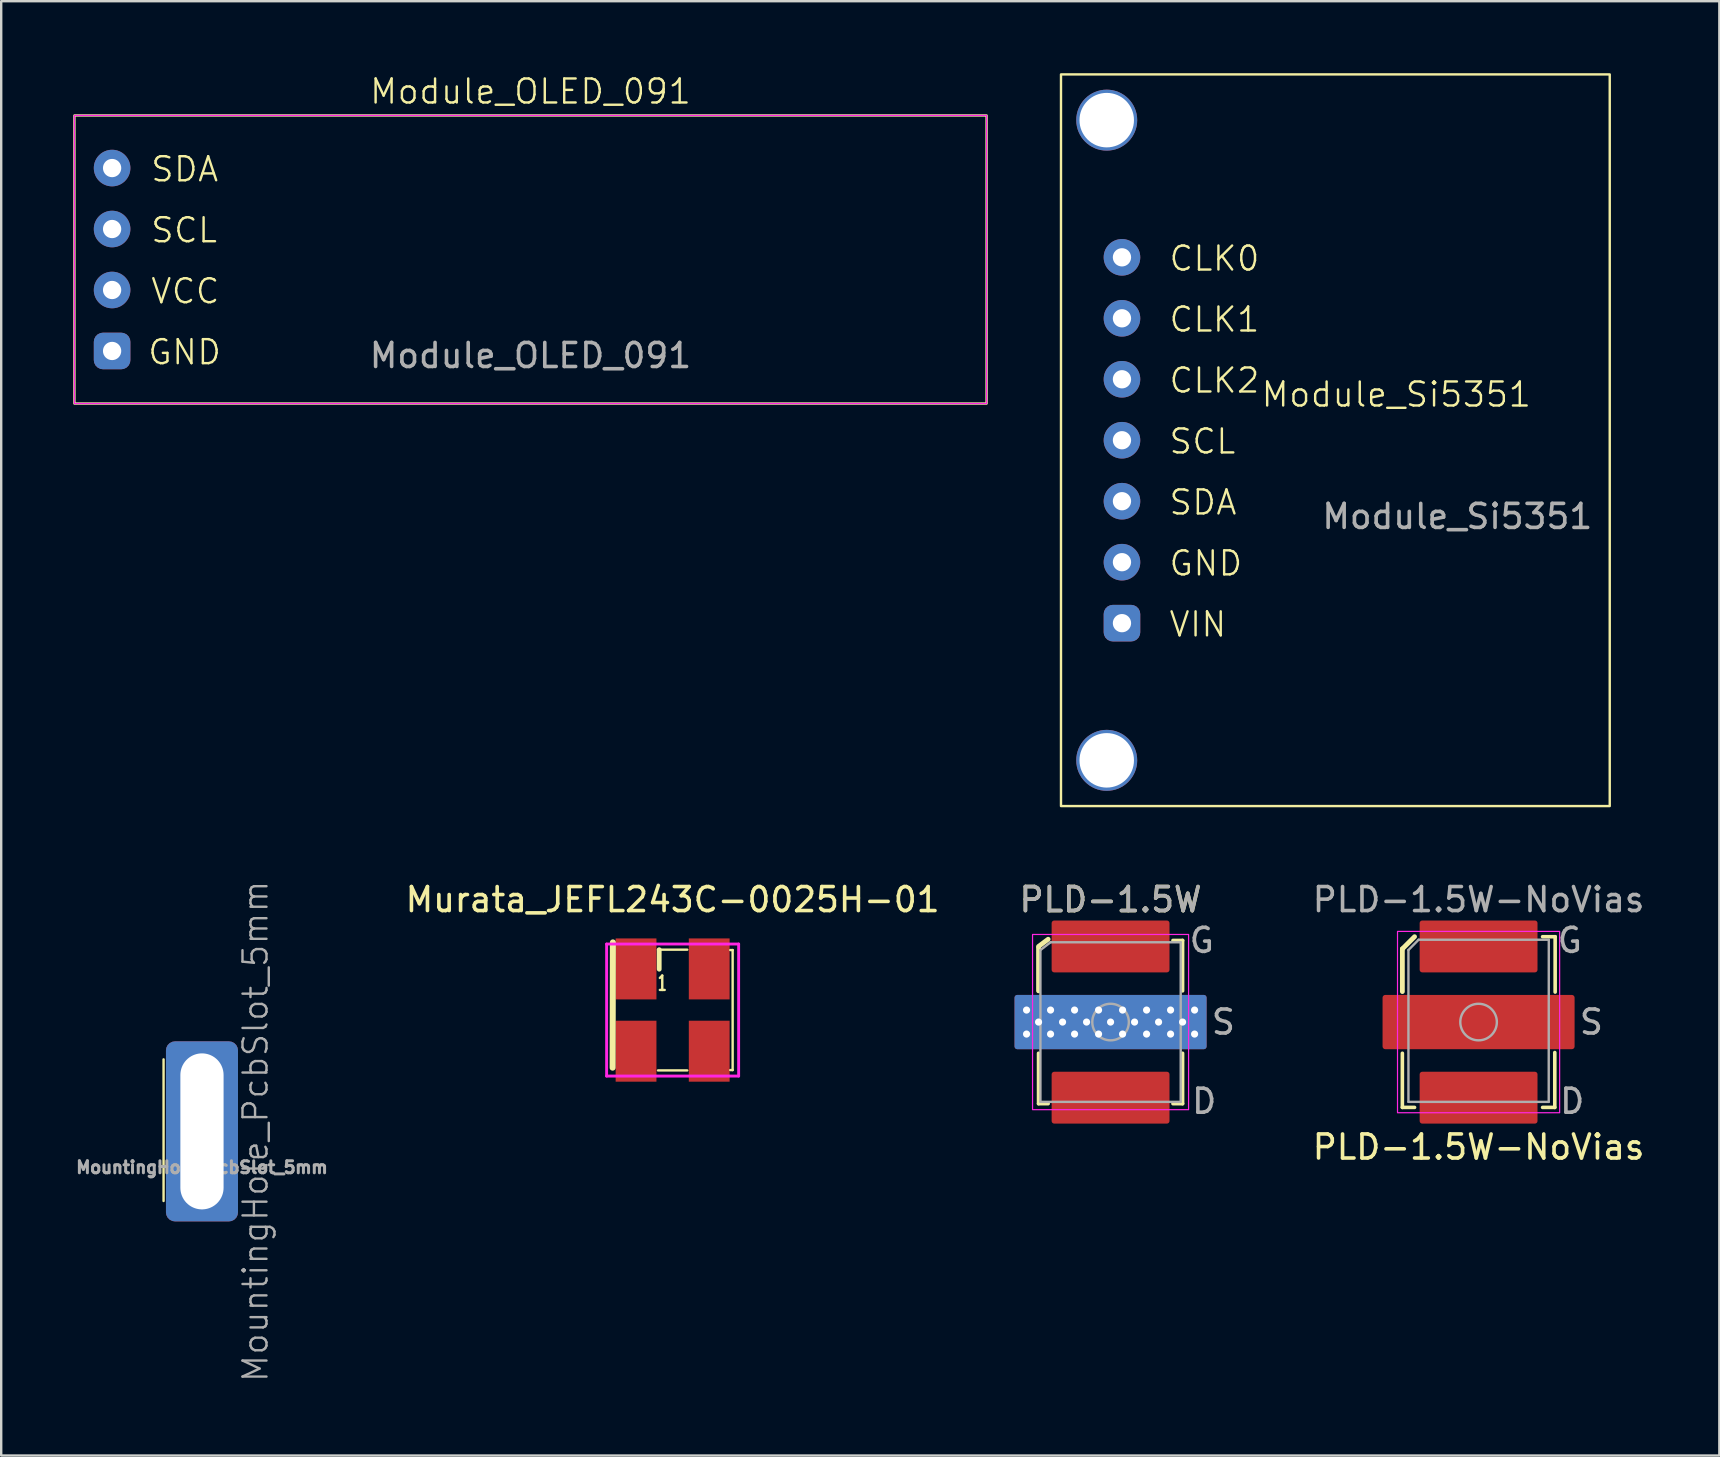
<source format=kicad_pcb>
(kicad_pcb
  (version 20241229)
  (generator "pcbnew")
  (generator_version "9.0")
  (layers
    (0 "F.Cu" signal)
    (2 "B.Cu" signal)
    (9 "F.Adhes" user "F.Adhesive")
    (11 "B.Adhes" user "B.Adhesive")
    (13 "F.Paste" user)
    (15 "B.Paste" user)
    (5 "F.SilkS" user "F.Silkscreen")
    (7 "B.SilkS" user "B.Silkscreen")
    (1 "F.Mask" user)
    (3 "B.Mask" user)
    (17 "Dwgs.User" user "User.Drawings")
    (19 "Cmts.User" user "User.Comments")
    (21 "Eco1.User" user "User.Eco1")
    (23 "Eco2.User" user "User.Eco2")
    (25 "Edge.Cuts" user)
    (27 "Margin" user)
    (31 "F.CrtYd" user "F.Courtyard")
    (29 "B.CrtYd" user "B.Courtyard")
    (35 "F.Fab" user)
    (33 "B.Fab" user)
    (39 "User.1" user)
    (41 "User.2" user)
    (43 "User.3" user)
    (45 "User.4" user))
  (footprint "Module_Si5351"
    (layer "F.Cu")
    (at 51.31 15.29)
    (property "Reference" "Module_Si5351" (at 3.81 -1.905 0) (unlocked yes) (layer "F.SilkS") (effects (font (size 1 1) (thickness 0.1))))
    (attr through_hole)
    (fp_rect (start -10.16 -15.24) (end 12.7 15.24) (stroke (width 0.1) (type default)) (fill no) (layer "F.SilkS"))
    (fp_text user "CLK1" (at -5.715 -4.445 0) (unlocked yes) (layer "F.SilkS") (effects (font (size 1 1) (thickness 0.1)) (justify left bottom)))
    (fp_text user "CLK0" (at -5.715 -6.985 0) (unlocked yes) (layer "F.SilkS") (effects (font (size 1 1) (thickness 0.1)) (justify left bottom)))
    (fp_text user "GND" (at -5.715 5.715 0) (unlocked yes) (layer "F.SilkS") (effects (font (size 1 1) (thickness 0.1)) (justify left bottom)))
    (fp_text user "CLK2" (at -5.715 -1.905 0) (unlocked yes) (layer "F.SilkS") (effects (font (size 1 1) (thickness 0.1)) (justify left bottom)))
    (fp_text user "SDA" (at -5.715 3.175 0) (unlocked yes) (layer "F.SilkS") (effects (font (size 1 1) (thickness 0.1)) (justify left bottom)))
    (fp_text user "VIN" (at -5.715 8.255 0) (unlocked yes) (layer "F.SilkS") (effects (font (size 1 1) (thickness 0.1)) (justify left bottom)))
    (fp_text user "SCL" (at -5.715 0.635 0) (unlocked yes) (layer "F.SilkS") (effects (font (size 1 1) (thickness 0.1)) (justify left bottom)))
    (fp_text user "${REFERENCE}" (at 6.35 3.175 0) (unlocked yes) (layer "F.Fab") (effects (font (size 1 1) (thickness 0.15))))
    (pad "1" thru_hole roundrect (at -7.62 7.62) (size 1.524 1.524) (drill 0.762) (layers "*.Cu" "*.Mask") (roundrect_rratio 0.25))
    (pad "2" thru_hole circle (at -8.255 -13.335) (size 2.54 2.54) (drill 2.27) (layers "*.Cu" "*.Mask"))
    (pad "2" thru_hole circle (at -8.255 13.335) (size 2.54 2.54) (drill 2.27) (layers "*.Cu" "*.Mask"))
    (pad "2" thru_hole circle (at -7.62 5.08) (size 1.524 1.524) (drill 0.762) (layers "*.Cu" "*.Mask"))
    (pad "3" thru_hole circle (at -7.62 2.54) (size 1.524 1.524) (drill 0.762) (layers "*.Cu" "*.Mask"))
    (pad "4" thru_hole circle (at -7.62 0) (size 1.524 1.524) (drill 0.762) (layers "*.Cu" "*.Mask"))
    (pad "5" thru_hole circle (at -7.62 -2.54) (size 1.524 1.524) (drill 0.762) (layers "*.Cu" "*.Mask"))
    (pad "6" thru_hole circle (at -7.62 -5.08) (size 1.524 1.524) (drill 0.762) (layers "*.Cu" "*.Mask"))
    (pad "7" thru_hole circle (at -7.62 -7.62) (size 1.524 1.524) (drill 0.762) (layers "*.Cu" "*.Mask")))
  (footprint "Module_OLED_091"
    (layer "F.Cu")
    (at 19.05 7.761)
    (property "Reference" "Module_OLED_091" (at 0 -7 0) (unlocked yes) (layer "F.SilkS") (effects (font (size 1 1) (thickness 0.1))))
    (attr through_hole)
    (fp_rect (start -19 -6) (end 19 6) (stroke (width 0.1) (type default)) (fill no) (layer "F.SilkS"))
    (fp_rect (start -19 -6) (end 19 6) (stroke (width 0.05) (type default)) (fill no) (layer "F.CrtYd"))
    (fp_text user "GND" (at -16 4.445 0) (unlocked yes) (layer "F.SilkS") (effects (font (size 1 1) (thickness 0.1)) (justify left bottom)))
    (fp_text user "SDA" (at -15.875 -3.175 0) (unlocked yes) (layer "F.SilkS") (effects (font (size 1 1) (thickness 0.1)) (justify left bottom)))
    (fp_text user "SCL" (at -15.875 -0.635 0) (unlocked yes) (layer "F.SilkS") (effects (font (size 1 1) (thickness 0.1)) (justify left bottom)))
    (fp_text user "VCC" (at -15.875 1.905 0) (unlocked yes) (layer "F.SilkS") (effects (font (size 1 1) (thickness 0.1)) (justify left bottom)))
    (fp_text user "${REFERENCE}" (at 0 4 0) (unlocked yes) (layer "F.Fab") (effects (font (size 1 1) (thickness 0.15))))
    (pad "1" thru_hole roundrect (at -17.43 3.81) (size 1.524 1.524) (drill 0.762) (layers "*.Cu" "*.Mask") (roundrect_rratio 0.25))
    (pad "2" thru_hole circle (at -17.43 1.27) (size 1.524 1.524) (drill 0.762) (layers "*.Cu" "*.Mask"))
    (pad "3" thru_hole circle (at -17.43 -1.27) (size 1.524 1.524) (drill 0.762) (layers "*.Cu" "*.Mask"))
    (pad "4" thru_hole circle (at -17.43 -3.81) (size 1.524 1.524) (drill 0.762) (layers "*.Cu" "*.Mask")))
  (footprint "PLD-1.5W-NoVias"
    (layer "F.Cu")
    (at 58.546 39.528)
    (property "Reference" "PLD-1.5W-NoVias" (at 0 5.207 0) (unlocked yes) (layer "F.SilkS") (effects (font (size 1 1) (thickness 0.15))))
    (attr smd)
    (fp_line (start -3.175 -3.048) (end -2.667 -3.556) (stroke (width 0.2) (type solid)) (layer "F.SilkS"))
    (fp_line (start -3.175 -1.27) (end -3.175 -3.048) (stroke (width 0.2) (type solid)) (layer "F.SilkS"))
    (fp_line (start -3.175 1.3) (end -3.175 3.556) (stroke (width 0.15) (type solid)) (layer "F.SilkS"))
    (fp_line (start -3.175 3.556) (end -2.667 3.556) (stroke (width 0.15) (type solid)) (layer "F.SilkS"))
    (fp_line (start 2.667 3.556) (end 3.175 3.556) (stroke (width 0.15) (type solid)) (layer "F.SilkS"))
    (fp_line (start 3.175 3.556) (end 3.175 1.27) (stroke (width 0.15) (type solid)) (layer "F.SilkS"))
    (fp_line (start 3.19 -3.556) (end 2.667 -3.556) (stroke (width 0.15) (type solid)) (layer "F.SilkS"))
    (fp_line (start 3.19 -1.25) (end 3.19 -3.556) (stroke (width 0.15) (type solid)) (layer "F.SilkS"))
    (fp_rect (start -3.377 -3.777) (end 3.377 3.777) (stroke (width 0.05) (type solid)) (fill no) (layer "F.CrtYd"))
    (fp_line (start -2.922 -3) (end -2.5 -3.429) (stroke (width 0.1) (type solid)) (layer "F.Fab"))
    (fp_line (start -2.922 3.322) (end -2.922 -3) (stroke (width 0.1) (type solid)) (layer "F.Fab"))
    (fp_line (start 2.922 3.325) (end -2.922 3.325) (stroke (width 0.1) (type solid)) (layer "F.Fab"))
    (fp_line (start 2.922 3.325) (end 2.925 -3.429) (stroke (width 0.1) (type solid)) (layer "F.Fab"))
    (fp_line (start 2.925 -3.429) (end -2.5 -3.429) (stroke (width 0.1) (type solid)) (layer "F.Fab"))
    (fp_circle (center 0 0) (end 0.7 -0.3) (stroke (width 0.1) (type solid)) (fill no) (layer "F.Fab"))
    (fp_text user "G" (at 3.8 -3.4 0) (unlocked yes) (layer "F.Fab") (effects (font (size 1 1) (thickness 0.15))))
    (fp_text user "D" (at 3.9 3.3 0) (unlocked yes) (layer "F.Fab") (effects (font (size 1 1) (thickness 0.15))))
    (fp_text user "${REFERENCE}" (at 0 -5.1 0) (unlocked yes) (layer "F.Fab") (effects (font (size 1 1) (thickness 0.15))))
    (fp_text user "S" (at 4.7 0 0) (unlocked yes) (layer "F.Fab") (effects (font (size 1 1) (thickness 0.15))))
    (pad "1" smd roundrect (at 0 3.15) (size 4.91 2.16) (layers "F.Cu" "F.Mask" "F.Paste") (roundrect_rratio 0.05))
    (pad "2" smd roundrect (at 0 -3.15) (size 4.91 2.16) (layers "F.Cu" "F.Mask" "F.Paste") (roundrect_rratio 0.05))
    (pad "3" smd roundrect (at 0 0) (size 8 2.26) (property pad_prop_heatsink) (layers "F.Cu" "F.Mask" "F.Paste") (roundrect_rratio 0.05)))
  (footprint "MountingHole_PcbSlot_5mm"
    (layer "F.Cu")
    (at 5.364 44.082)
    (property "Reference" "MountingHole_PcbSlot_5mm" (at 2.23 0 90) (unlocked yes) (layer "F.Fab") (effects (font (size 1 1) (thickness 0.1))))
    (attr through_hole)
    (fp_line (start -1.6 -3) (end -1.6 2.9) (stroke (width 0.1) (type default)) (layer "F.SilkS"))
    (fp_text user "${REFERENCE}" (at 0 1.5 0) (unlocked yes) (layer "F.Fab") (effects (font (size 0.5 0.5) (thickness 0.15))))
    (pad "1" thru_hole roundrect (at 0 0) (size 3 7.5) (drill oval 1.8 6.5) (layers "*.Cu" "*.Mask") (roundrect_rratio 0.125)))
  (footprint "Murata_JEFL243C-0025H-01"
    (layer "F.Cu")
    (at 24.971 39.028)
    (property "Reference" "Murata_JEFL243C-0025H-01" (at 0 -4.6 0) (layer "F.SilkS") (effects (font (size 1 1) (thickness 0.15))))
    (attr through_hole)
    (fp_line (start -2.5 2.4) (end -2.489 -2.819) (stroke (width 0.25) (type solid)) (layer "F.SilkS"))
    (fp_line (start -0.61 -2.515) (end 0.61 -2.515) (stroke (width 0.1) (type solid)) (layer "F.SilkS"))
    (fp_line (start -0.559 -1.702) (end -0.559 -2.515) (stroke (width 0.2) (type solid)) (layer "F.SilkS"))
    (fp_line (start -0.532 -1.338) (end -0.432 -1.438) (stroke (width 0.1) (type solid)) (layer "F.SilkS"))
    (fp_line (start -0.432 -1.438) (end -0.432 -0.838) (stroke (width 0.1) (type solid)) (layer "F.SilkS"))
    (fp_line (start -0.33 -0.838) (end -0.532 -0.838) (stroke (width 0.1) (type solid)) (layer "F.SilkS"))
    (fp_line (start 0.61 2.515) (end -0.61 2.515) (stroke (width 0.1) (type solid)) (layer "F.SilkS"))
    (fp_line (start 2.5 -2.5) (end 2.4 -2.5) (stroke (width 0.1) (type solid)) (layer "F.SilkS"))
    (fp_line (start 2.5 -2.5) (end 2.5 2.5) (stroke (width 0.1) (type solid)) (layer "F.SilkS"))
    (fp_line (start 2.5 2.5) (end 2.4 2.5) (stroke (width 0.1) (type solid)) (layer "F.SilkS"))
    (fp_line (start -2.75 -2.75) (end -2.75 2.75) (stroke (width 0.12) (type solid)) (layer "F.CrtYd"))
    (fp_line (start -2.75 2.75) (end 2.75 2.75) (stroke (width 0.12) (type solid)) (layer "F.CrtYd"))
    (fp_line (start 2.75 -2.75) (end -2.75 -2.75) (stroke (width 0.12) (type solid)) (layer "F.CrtYd"))
    (fp_line (start 2.75 2.75) (end 2.75 -2.75) (stroke (width 0.12) (type solid)) (layer "F.CrtYd"))
    (pad "1" smd rect (at -1.524 -1.714) (size 1.7 2.54) (layers "F.Cu" "F.Mask" "F.Paste"))
    (pad "2" smd rect (at -1.524 1.714) (size 1.7 2.54) (layers "F.Cu" "F.Mask" "F.Paste"))
    (pad "3" smd rect (at 1.524 1.714) (size 1.7 2.54) (layers "F.Cu" "F.Mask" "F.Paste"))
    (pad "4" smd rect (at 1.524 -1.714) (size 1.7 2.54) (layers "F.Cu" "F.Mask" "F.Paste")))
  (footprint "PLD-1.5W"
    (layer "F.Cu")
    (at 43.215 39.528)
    (property "Reference" "PLD-1.5W" (at 0 -5.1 0) (unlocked yes) (layer "F.SilkS") (effects (font (size 1 1) (thickness 0.15))))
    (attr smd)
    (fp_line (start -3 -3.15) (end -2.6 -3.45) (stroke (width 0.2) (type solid)) (layer "F.SilkS"))
    (fp_line (start -3 -1.3) (end -3 -3.1) (stroke (width 0.2) (type solid)) (layer "F.SilkS"))
    (fp_line (start -3 1.3) (end -3 3.4) (stroke (width 0.15) (type solid)) (layer "F.SilkS"))
    (fp_line (start -3 3.4) (end -2.6 3.4) (stroke (width 0.15) (type solid)) (layer "F.SilkS"))
    (fp_line (start 2.6 3.4) (end 3 3.4) (stroke (width 0.15) (type solid)) (layer "F.SilkS"))
    (fp_line (start 3 -3.4) (end 2.6 -3.4) (stroke (width 0.15) (type solid)) (layer "F.SilkS"))
    (fp_line (start 3 -1.3) (end 3 -3.4) (stroke (width 0.15) (type solid)) (layer "F.SilkS"))
    (fp_line (start 3 3.4) (end 3 1.3) (stroke (width 0.15) (type solid)) (layer "F.SilkS"))
    (fp_rect (start -3.25 -3.65) (end 3.25 3.65) (stroke (width 0.05) (type solid)) (fill no) (layer "F.CrtYd"))
    (fp_line (start -2.922 -3) (end -2.5 -3.325) (stroke (width 0.1) (type solid)) (layer "F.Fab"))
    (fp_line (start -2.922 3.322) (end -2.922 -3) (stroke (width 0.1) (type solid)) (layer "F.Fab"))
    (fp_line (start 2.922 3.325) (end -2.922 3.325) (stroke (width 0.1) (type solid)) (layer "F.Fab"))
    (fp_line (start 2.922 3.325) (end 2.922 -3.325) (stroke (width 0.1) (type solid)) (layer "F.Fab"))
    (fp_line (start 2.925 -3.325) (end -2.5 -3.325) (stroke (width 0.1) (type solid)) (layer "F.Fab"))
    (fp_circle (center 0 0) (end 0.7 -0.3) (stroke (width 0.1) (type solid)) (fill no) (layer "F.Fab"))
    (fp_text user "D" (at 3.9 3.3 0) (unlocked yes) (layer "F.Fab") (effects (font (size 1 1) (thickness 0.15))))
    (fp_text user "S" (at 4.7 0 0) (unlocked yes) (layer "F.Fab") (effects (font (size 1 1) (thickness 0.15))))
    (fp_text user "G" (at 3.8 -3.4 0) (unlocked yes) (layer "F.Fab") (effects (font (size 1 1) (thickness 0.15))))
    (fp_text user "${REFERENCE}" (at 0 -5.1 0) (unlocked yes) (layer "F.Fab") (effects (font (size 1 1) (thickness 0.15))))
    (pad "1" smd roundrect (at 0 3.15) (size 4.91 2.16) (layers "F.Cu" "F.Mask" "F.Paste") (roundrect_rratio 0.05))
    (pad "2" smd roundrect (at 0 -3.15) (size 4.91 2.16) (layers "F.Cu" "F.Mask" "F.Paste") (roundrect_rratio 0.05))
    (pad "3" thru_hole circle (at -3.5 -0.5) (size 0.6 0.6) (drill 0.3) (property pad_prop_heatsink) (layers "*.Cu" "*.Mask"))
    (pad "3" thru_hole circle (at -3.5 0.5) (size 0.6 0.6) (drill 0.3) (property pad_prop_heatsink) (layers "*.Cu" "*.Mask"))
    (pad "3" thru_hole circle (at -3 0) (size 0.6 0.6) (drill 0.3) (property pad_prop_heatsink) (layers "*.Cu" "*.Mask"))
    (pad "3" thru_hole circle (at -2.5 -0.5) (size 0.6 0.6) (drill 0.3) (property pad_prop_heatsink) (layers "*.Cu" "*.Mask"))
    (pad "3" thru_hole circle (at -2.5 0.5) (size 0.6 0.6) (drill 0.3) (property pad_prop_heatsink) (layers "*.Cu" "*.Mask"))
    (pad "3" thru_hole circle (at -2 0) (size 0.6 0.6) (drill 0.3) (property pad_prop_heatsink) (layers "*.Cu" "*.Mask"))
    (pad "3" thru_hole circle (at -1.5 -0.5) (size 0.6 0.6) (drill 0.3) (property pad_prop_heatsink) (layers "*.Cu" "*.Mask"))
    (pad "3" thru_hole circle (at -1.5 0.5) (size 0.6 0.6) (drill 0.3) (property pad_prop_heatsink) (layers "*.Cu" "*.Mask"))
    (pad "3" thru_hole circle (at -1 0) (size 0.6 0.6) (drill 0.3) (property pad_prop_heatsink) (layers "*.Cu" "*.Mask"))
    (pad "3" thru_hole circle (at -0.5 -0.5) (size 0.6 0.6) (drill 0.3) (property pad_prop_heatsink) (layers "*.Cu" "*.Mask"))
    (pad "3" thru_hole circle (at -0.5 0.5) (size 0.6 0.6) (drill 0.3) (property pad_prop_heatsink) (layers "*.Cu" "*.Mask"))
    (pad "3" thru_hole circle (at 0 0) (size 0.6 0.6) (drill 0.3) (property pad_prop_heatsink) (layers "*.Cu" "*.Mask"))
    (pad "3" smd roundrect (at 0 0) (size 8 2.26) (property pad_prop_heatsink) (layers "F.Cu" "F.Mask" "F.Paste") (roundrect_rratio 0.05))
    (pad "3" smd roundrect (at 0 0) (size 8 2.26) (property pad_prop_heatsink) (layers "B.Cu") (roundrect_rratio 0.05))
    (pad "3" thru_hole circle (at 0.5 -0.5) (size 0.6 0.6) (drill 0.3) (property pad_prop_heatsink) (layers "*.Cu" "*.Mask"))
    (pad "3" thru_hole circle (at 0.5 0.5) (size 0.6 0.6) (drill 0.3) (property pad_prop_heatsink) (layers "*.Cu" "*.Mask"))
    (pad "3" thru_hole circle (at 1 0) (size 0.6 0.6) (drill 0.3) (property pad_prop_heatsink) (layers "*.Cu" "*.Mask"))
    (pad "3" thru_hole circle (at 1.5 -0.5) (size 0.6 0.6) (drill 0.3) (property pad_prop_heatsink) (layers "*.Cu" "*.Mask"))
    (pad "3" thru_hole circle (at 1.5 0.5) (size 0.6 0.6) (drill 0.3) (property pad_prop_heatsink) (layers "*.Cu" "*.Mask"))
    (pad "3" thru_hole circle (at 2 0) (size 0.6 0.6) (drill 0.3) (property pad_prop_heatsink) (layers "*.Cu" "*.Mask"))
    (pad "3" thru_hole circle (at 2.5 -0.5) (size 0.6 0.6) (drill 0.3) (property pad_prop_heatsink) (layers "*.Cu" "*.Mask"))
    (pad "3" thru_hole circle (at 2.5 0.5) (size 0.6 0.6) (drill 0.3) (property pad_prop_heatsink) (layers "*.Cu" "*.Mask"))
    (pad "3" thru_hole circle (at 3 0) (size 0.6 0.6) (drill 0.3) (property pad_prop_heatsink) (layers "*.Cu" "*.Mask"))
    (pad "3" thru_hole circle (at 3.5 -0.5) (size 0.6 0.6) (drill 0.3) (property pad_prop_heatsink) (layers "*.Cu" "*.Mask"))
    (pad "3" thru_hole circle (at 3.5 0.5) (size 0.6 0.6) (drill 0.3) (property pad_prop_heatsink) (layers "*.Cu" "*.Mask")))
  (gr_rect
    (start -3 -3)
    (end 68.576 57.585)
    (stroke (width 0.1) (type default))
    (fill no)
    (layer "Edge.Cuts")))
</source>
